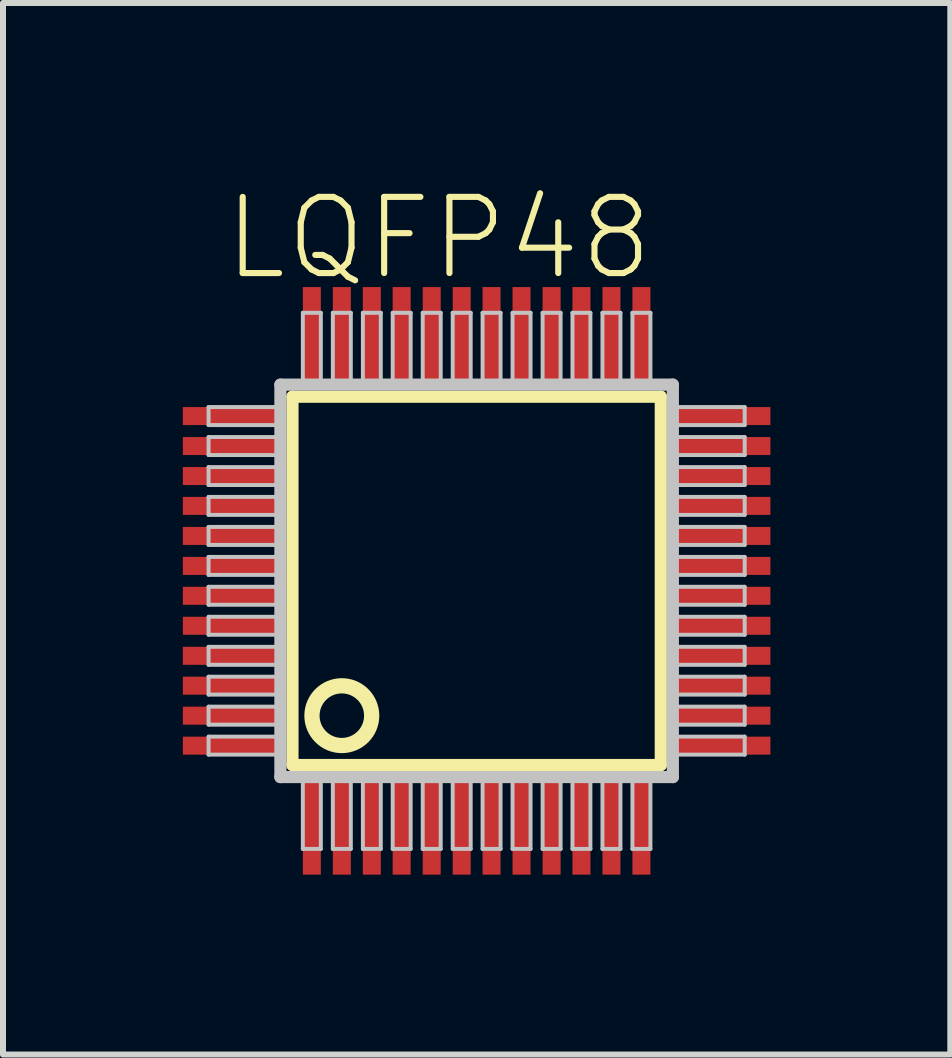
<source format=kicad_pcb>
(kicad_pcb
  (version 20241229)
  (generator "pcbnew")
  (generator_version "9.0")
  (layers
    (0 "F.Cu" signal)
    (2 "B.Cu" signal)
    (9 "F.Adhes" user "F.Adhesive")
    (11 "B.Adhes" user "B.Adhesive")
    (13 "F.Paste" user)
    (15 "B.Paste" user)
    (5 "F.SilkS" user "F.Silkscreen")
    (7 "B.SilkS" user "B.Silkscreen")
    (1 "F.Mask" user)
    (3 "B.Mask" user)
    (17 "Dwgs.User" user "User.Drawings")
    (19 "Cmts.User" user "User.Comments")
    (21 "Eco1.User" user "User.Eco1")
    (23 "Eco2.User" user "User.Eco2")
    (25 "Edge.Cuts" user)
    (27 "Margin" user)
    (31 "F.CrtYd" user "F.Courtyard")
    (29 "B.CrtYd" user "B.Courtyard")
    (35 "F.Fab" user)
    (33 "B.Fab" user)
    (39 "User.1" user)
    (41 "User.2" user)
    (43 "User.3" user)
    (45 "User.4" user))
  (footprint "LQFP48"
    (layer "F.Cu")
    (at 4.898 6.636)
    (property "Reference" "LQFP48" (at -0.635 -5.715 0) (layer "F.SilkS") (effects (font (size 1.27 1.27) (thickness 0.102))))
    (attr smd)
    (fp_line (start -3.071 -3.071) (end 3.071 -3.071) (stroke (width 0.203) (type solid)) (layer "F.SilkS"))
    (fp_line (start -3.071 3.071) (end -3.071 -3.071) (stroke (width 0.203) (type solid)) (layer "F.SilkS"))
    (fp_line (start 3.071 -3.071) (end 3.071 3.071) (stroke (width 0.203) (type solid)) (layer "F.SilkS"))
    (fp_line (start 3.071 3.071) (end -3.071 3.071) (stroke (width 0.203) (type solid)) (layer "F.SilkS"))
    (fp_circle (center -2.248 2.248) (end -2.248 1.75) (stroke (width 0.254) (type solid)) (fill no) (layer "F.SilkS"))
    (fp_line (start -4.47 -2.898) (end -3.322 -2.898) (stroke (width 0.066) (type solid)) (layer "Dwgs.User"))
    (fp_line (start -4.47 -2.598) (end -4.47 -2.898) (stroke (width 0.066) (type solid)) (layer "Dwgs.User"))
    (fp_line (start -4.47 -2.598) (end -3.322 -2.598) (stroke (width 0.066) (type solid)) (layer "Dwgs.User"))
    (fp_line (start -4.47 -2.398) (end -3.322 -2.398) (stroke (width 0.066) (type solid)) (layer "Dwgs.User"))
    (fp_line (start -4.47 -2.098) (end -4.47 -2.398) (stroke (width 0.066) (type solid)) (layer "Dwgs.User"))
    (fp_line (start -4.47 -2.098) (end -3.322 -2.098) (stroke (width 0.066) (type solid)) (layer "Dwgs.User"))
    (fp_line (start -4.47 -1.897) (end -3.322 -1.897) (stroke (width 0.066) (type solid)) (layer "Dwgs.User"))
    (fp_line (start -4.47 -1.598) (end -4.47 -1.897) (stroke (width 0.066) (type solid)) (layer "Dwgs.User"))
    (fp_line (start -4.47 -1.598) (end -3.322 -1.598) (stroke (width 0.066) (type solid)) (layer "Dwgs.User"))
    (fp_line (start -4.47 -1.4) (end -3.322 -1.4) (stroke (width 0.066) (type solid)) (layer "Dwgs.User"))
    (fp_line (start -4.47 -1.1) (end -4.47 -1.4) (stroke (width 0.066) (type solid)) (layer "Dwgs.User"))
    (fp_line (start -4.47 -1.1) (end -3.322 -1.1) (stroke (width 0.066) (type solid)) (layer "Dwgs.User"))
    (fp_line (start -4.47 -0.899) (end -3.322 -0.899) (stroke (width 0.066) (type solid)) (layer "Dwgs.User"))
    (fp_line (start -4.47 -0.599) (end -4.47 -0.899) (stroke (width 0.066) (type solid)) (layer "Dwgs.User"))
    (fp_line (start -4.47 -0.599) (end -3.322 -0.599) (stroke (width 0.066) (type solid)) (layer "Dwgs.User"))
    (fp_line (start -4.47 -0.399) (end -3.322 -0.399) (stroke (width 0.066) (type solid)) (layer "Dwgs.User"))
    (fp_line (start -4.47 -0.099) (end -4.47 -0.399) (stroke (width 0.066) (type solid)) (layer "Dwgs.User"))
    (fp_line (start -4.47 -0.099) (end -3.322 -0.099) (stroke (width 0.066) (type solid)) (layer "Dwgs.User"))
    (fp_line (start -4.47 0.099) (end -3.322 0.099) (stroke (width 0.066) (type solid)) (layer "Dwgs.User"))
    (fp_line (start -4.47 0.399) (end -4.47 0.099) (stroke (width 0.066) (type solid)) (layer "Dwgs.User"))
    (fp_line (start -4.47 0.399) (end -3.322 0.399) (stroke (width 0.066) (type solid)) (layer "Dwgs.User"))
    (fp_line (start -4.47 0.599) (end -3.322 0.599) (stroke (width 0.066) (type solid)) (layer "Dwgs.User"))
    (fp_line (start -4.47 0.899) (end -4.47 0.599) (stroke (width 0.066) (type solid)) (layer "Dwgs.User"))
    (fp_line (start -4.47 0.899) (end -3.322 0.899) (stroke (width 0.066) (type solid)) (layer "Dwgs.User"))
    (fp_line (start -4.47 1.1) (end -3.322 1.1) (stroke (width 0.066) (type solid)) (layer "Dwgs.User"))
    (fp_line (start -4.47 1.4) (end -4.47 1.1) (stroke (width 0.066) (type solid)) (layer "Dwgs.User"))
    (fp_line (start -4.47 1.4) (end -3.322 1.4) (stroke (width 0.066) (type solid)) (layer "Dwgs.User"))
    (fp_line (start -4.47 1.598) (end -3.322 1.598) (stroke (width 0.066) (type solid)) (layer "Dwgs.User"))
    (fp_line (start -4.47 1.897) (end -4.47 1.598) (stroke (width 0.066) (type solid)) (layer "Dwgs.User"))
    (fp_line (start -4.47 1.897) (end -3.322 1.897) (stroke (width 0.066) (type solid)) (layer "Dwgs.User"))
    (fp_line (start -4.47 2.098) (end -3.322 2.098) (stroke (width 0.066) (type solid)) (layer "Dwgs.User"))
    (fp_line (start -4.47 2.398) (end -4.47 2.098) (stroke (width 0.066) (type solid)) (layer "Dwgs.User"))
    (fp_line (start -4.47 2.398) (end -3.322 2.398) (stroke (width 0.066) (type solid)) (layer "Dwgs.User"))
    (fp_line (start -4.47 2.598) (end -3.322 2.598) (stroke (width 0.066) (type solid)) (layer "Dwgs.User"))
    (fp_line (start -4.47 2.898) (end -4.47 2.598) (stroke (width 0.066) (type solid)) (layer "Dwgs.User"))
    (fp_line (start -4.47 2.898) (end -3.322 2.898) (stroke (width 0.066) (type solid)) (layer "Dwgs.User"))
    (fp_line (start -3.322 -2.598) (end -3.322 -2.898) (stroke (width 0.066) (type solid)) (layer "Dwgs.User"))
    (fp_line (start -3.322 -2.098) (end -3.322 -2.398) (stroke (width 0.066) (type solid)) (layer "Dwgs.User"))
    (fp_line (start -3.322 -1.598) (end -3.322 -1.897) (stroke (width 0.066) (type solid)) (layer "Dwgs.User"))
    (fp_line (start -3.322 -1.1) (end -3.322 -1.4) (stroke (width 0.066) (type solid)) (layer "Dwgs.User"))
    (fp_line (start -3.322 -0.599) (end -3.322 -0.899) (stroke (width 0.066) (type solid)) (layer "Dwgs.User"))
    (fp_line (start -3.322 -0.099) (end -3.322 -0.399) (stroke (width 0.066) (type solid)) (layer "Dwgs.User"))
    (fp_line (start -3.322 0.399) (end -3.322 0.099) (stroke (width 0.066) (type solid)) (layer "Dwgs.User"))
    (fp_line (start -3.322 0.899) (end -3.322 0.599) (stroke (width 0.066) (type solid)) (layer "Dwgs.User"))
    (fp_line (start -3.322 1.4) (end -3.322 1.1) (stroke (width 0.066) (type solid)) (layer "Dwgs.User"))
    (fp_line (start -3.322 1.897) (end -3.322 1.598) (stroke (width 0.066) (type solid)) (layer "Dwgs.User"))
    (fp_line (start -3.322 2.398) (end -3.322 2.098) (stroke (width 0.066) (type solid)) (layer "Dwgs.User"))
    (fp_line (start -3.322 2.898) (end -3.322 2.598) (stroke (width 0.066) (type solid)) (layer "Dwgs.User"))
    (fp_line (start -3.272 -3.272) (end -3.272 3.272) (stroke (width 0.203) (type solid)) (layer "Dwgs.User"))
    (fp_line (start -3.272 3.272) (end 3.272 3.272) (stroke (width 0.203) (type solid)) (layer "Dwgs.User"))
    (fp_line (start -2.898 -4.47) (end -2.598 -4.47) (stroke (width 0.066) (type solid)) (layer "Dwgs.User"))
    (fp_line (start -2.898 -3.322) (end -2.898 -4.47) (stroke (width 0.066) (type solid)) (layer "Dwgs.User"))
    (fp_line (start -2.898 -3.322) (end -2.598 -3.322) (stroke (width 0.066) (type solid)) (layer "Dwgs.User"))
    (fp_line (start -2.898 3.322) (end -2.598 3.322) (stroke (width 0.066) (type solid)) (layer "Dwgs.User"))
    (fp_line (start -2.898 4.47) (end -2.898 3.322) (stroke (width 0.066) (type solid)) (layer "Dwgs.User"))
    (fp_line (start -2.898 4.47) (end -2.598 4.47) (stroke (width 0.066) (type solid)) (layer "Dwgs.User"))
    (fp_line (start -2.598 -3.322) (end -2.598 -4.47) (stroke (width 0.066) (type solid)) (layer "Dwgs.User"))
    (fp_line (start -2.598 4.47) (end -2.598 3.322) (stroke (width 0.066) (type solid)) (layer "Dwgs.User"))
    (fp_line (start -2.398 -4.47) (end -2.098 -4.47) (stroke (width 0.066) (type solid)) (layer "Dwgs.User"))
    (fp_line (start -2.398 -3.322) (end -2.398 -4.47) (stroke (width 0.066) (type solid)) (layer "Dwgs.User"))
    (fp_line (start -2.398 -3.322) (end -2.098 -3.322) (stroke (width 0.066) (type solid)) (layer "Dwgs.User"))
    (fp_line (start -2.398 3.322) (end -2.098 3.322) (stroke (width 0.066) (type solid)) (layer "Dwgs.User"))
    (fp_line (start -2.398 4.47) (end -2.398 3.322) (stroke (width 0.066) (type solid)) (layer "Dwgs.User"))
    (fp_line (start -2.398 4.47) (end -2.098 4.47) (stroke (width 0.066) (type solid)) (layer "Dwgs.User"))
    (fp_line (start -2.098 -3.322) (end -2.098 -4.47) (stroke (width 0.066) (type solid)) (layer "Dwgs.User"))
    (fp_line (start -2.098 4.47) (end -2.098 3.322) (stroke (width 0.066) (type solid)) (layer "Dwgs.User"))
    (fp_line (start -1.897 -4.47) (end -1.598 -4.47) (stroke (width 0.066) (type solid)) (layer "Dwgs.User"))
    (fp_line (start -1.897 -3.322) (end -1.897 -4.47) (stroke (width 0.066) (type solid)) (layer "Dwgs.User"))
    (fp_line (start -1.897 -3.322) (end -1.598 -3.322) (stroke (width 0.066) (type solid)) (layer "Dwgs.User"))
    (fp_line (start -1.897 3.322) (end -1.598 3.322) (stroke (width 0.066) (type solid)) (layer "Dwgs.User"))
    (fp_line (start -1.897 4.47) (end -1.897 3.322) (stroke (width 0.066) (type solid)) (layer "Dwgs.User"))
    (fp_line (start -1.897 4.47) (end -1.598 4.47) (stroke (width 0.066) (type solid)) (layer "Dwgs.User"))
    (fp_line (start -1.598 -3.322) (end -1.598 -4.47) (stroke (width 0.066) (type solid)) (layer "Dwgs.User"))
    (fp_line (start -1.598 4.47) (end -1.598 3.322) (stroke (width 0.066) (type solid)) (layer "Dwgs.User"))
    (fp_line (start -1.4 -4.47) (end -1.1 -4.47) (stroke (width 0.066) (type solid)) (layer "Dwgs.User"))
    (fp_line (start -1.4 -3.322) (end -1.4 -4.47) (stroke (width 0.066) (type solid)) (layer "Dwgs.User"))
    (fp_line (start -1.4 -3.322) (end -1.1 -3.322) (stroke (width 0.066) (type solid)) (layer "Dwgs.User"))
    (fp_line (start -1.4 3.322) (end -1.1 3.322) (stroke (width 0.066) (type solid)) (layer "Dwgs.User"))
    (fp_line (start -1.4 4.47) (end -1.4 3.322) (stroke (width 0.066) (type solid)) (layer "Dwgs.User"))
    (fp_line (start -1.4 4.47) (end -1.1 4.47) (stroke (width 0.066) (type solid)) (layer "Dwgs.User"))
    (fp_line (start -1.1 -3.322) (end -1.1 -4.47) (stroke (width 0.066) (type solid)) (layer "Dwgs.User"))
    (fp_line (start -1.1 4.47) (end -1.1 3.322) (stroke (width 0.066) (type solid)) (layer "Dwgs.User"))
    (fp_line (start -0.899 -4.47) (end -0.599 -4.47) (stroke (width 0.066) (type solid)) (layer "Dwgs.User"))
    (fp_line (start -0.899 -3.322) (end -0.899 -4.47) (stroke (width 0.066) (type solid)) (layer "Dwgs.User"))
    (fp_line (start -0.899 -3.322) (end -0.599 -3.322) (stroke (width 0.066) (type solid)) (layer "Dwgs.User"))
    (fp_line (start -0.899 3.322) (end -0.599 3.322) (stroke (width 0.066) (type solid)) (layer "Dwgs.User"))
    (fp_line (start -0.899 4.47) (end -0.899 3.322) (stroke (width 0.066) (type solid)) (layer "Dwgs.User"))
    (fp_line (start -0.899 4.47) (end -0.599 4.47) (stroke (width 0.066) (type solid)) (layer "Dwgs.User"))
    (fp_line (start -0.599 -3.322) (end -0.599 -4.47) (stroke (width 0.066) (type solid)) (layer "Dwgs.User"))
    (fp_line (start -0.599 4.47) (end -0.599 3.322) (stroke (width 0.066) (type solid)) (layer "Dwgs.User"))
    (fp_line (start -0.399 -4.47) (end -0.099 -4.47) (stroke (width 0.066) (type solid)) (layer "Dwgs.User"))
    (fp_line (start -0.399 -3.322) (end -0.399 -4.47) (stroke (width 0.066) (type solid)) (layer "Dwgs.User"))
    (fp_line (start -0.399 -3.322) (end -0.099 -3.322) (stroke (width 0.066) (type solid)) (layer "Dwgs.User"))
    (fp_line (start -0.399 3.322) (end -0.099 3.322) (stroke (width 0.066) (type solid)) (layer "Dwgs.User"))
    (fp_line (start -0.399 4.47) (end -0.399 3.322) (stroke (width 0.066) (type solid)) (layer "Dwgs.User"))
    (fp_line (start -0.399 4.47) (end -0.099 4.47) (stroke (width 0.066) (type solid)) (layer "Dwgs.User"))
    (fp_line (start -0.099 -3.322) (end -0.099 -4.47) (stroke (width 0.066) (type solid)) (layer "Dwgs.User"))
    (fp_line (start -0.099 4.47) (end -0.099 3.322) (stroke (width 0.066) (type solid)) (layer "Dwgs.User"))
    (fp_line (start 0.099 -4.47) (end 0.399 -4.47) (stroke (width 0.066) (type solid)) (layer "Dwgs.User"))
    (fp_line (start 0.099 -3.322) (end 0.099 -4.47) (stroke (width 0.066) (type solid)) (layer "Dwgs.User"))
    (fp_line (start 0.099 -3.322) (end 0.399 -3.322) (stroke (width 0.066) (type solid)) (layer "Dwgs.User"))
    (fp_line (start 0.099 3.322) (end 0.399 3.322) (stroke (width 0.066) (type solid)) (layer "Dwgs.User"))
    (fp_line (start 0.099 4.47) (end 0.099 3.322) (stroke (width 0.066) (type solid)) (layer "Dwgs.User"))
    (fp_line (start 0.099 4.47) (end 0.399 4.47) (stroke (width 0.066) (type solid)) (layer "Dwgs.User"))
    (fp_line (start 0.399 -3.322) (end 0.399 -4.47) (stroke (width 0.066) (type solid)) (layer "Dwgs.User"))
    (fp_line (start 0.399 4.47) (end 0.399 3.322) (stroke (width 0.066) (type solid)) (layer "Dwgs.User"))
    (fp_line (start 0.599 -4.47) (end 0.899 -4.47) (stroke (width 0.066) (type solid)) (layer "Dwgs.User"))
    (fp_line (start 0.599 -3.322) (end 0.599 -4.47) (stroke (width 0.066) (type solid)) (layer "Dwgs.User"))
    (fp_line (start 0.599 -3.322) (end 0.899 -3.322) (stroke (width 0.066) (type solid)) (layer "Dwgs.User"))
    (fp_line (start 0.599 3.322) (end 0.899 3.322) (stroke (width 0.066) (type solid)) (layer "Dwgs.User"))
    (fp_line (start 0.599 4.47) (end 0.599 3.322) (stroke (width 0.066) (type solid)) (layer "Dwgs.User"))
    (fp_line (start 0.599 4.47) (end 0.899 4.47) (stroke (width 0.066) (type solid)) (layer "Dwgs.User"))
    (fp_line (start 0.899 -3.322) (end 0.899 -4.47) (stroke (width 0.066) (type solid)) (layer "Dwgs.User"))
    (fp_line (start 0.899 4.47) (end 0.899 3.322) (stroke (width 0.066) (type solid)) (layer "Dwgs.User"))
    (fp_line (start 1.1 -4.47) (end 1.4 -4.47) (stroke (width 0.066) (type solid)) (layer "Dwgs.User"))
    (fp_line (start 1.1 -3.322) (end 1.1 -4.47) (stroke (width 0.066) (type solid)) (layer "Dwgs.User"))
    (fp_line (start 1.1 -3.322) (end 1.4 -3.322) (stroke (width 0.066) (type solid)) (layer "Dwgs.User"))
    (fp_line (start 1.1 3.322) (end 1.4 3.322) (stroke (width 0.066) (type solid)) (layer "Dwgs.User"))
    (fp_line (start 1.1 4.47) (end 1.1 3.322) (stroke (width 0.066) (type solid)) (layer "Dwgs.User"))
    (fp_line (start 1.1 4.47) (end 1.4 4.47) (stroke (width 0.066) (type solid)) (layer "Dwgs.User"))
    (fp_line (start 1.4 -3.322) (end 1.4 -4.47) (stroke (width 0.066) (type solid)) (layer "Dwgs.User"))
    (fp_line (start 1.4 4.47) (end 1.4 3.322) (stroke (width 0.066) (type solid)) (layer "Dwgs.User"))
    (fp_line (start 1.598 -4.47) (end 1.897 -4.47) (stroke (width 0.066) (type solid)) (layer "Dwgs.User"))
    (fp_line (start 1.598 -3.322) (end 1.598 -4.47) (stroke (width 0.066) (type solid)) (layer "Dwgs.User"))
    (fp_line (start 1.598 -3.322) (end 1.897 -3.322) (stroke (width 0.066) (type solid)) (layer "Dwgs.User"))
    (fp_line (start 1.598 3.322) (end 1.897 3.322) (stroke (width 0.066) (type solid)) (layer "Dwgs.User"))
    (fp_line (start 1.598 4.47) (end 1.598 3.322) (stroke (width 0.066) (type solid)) (layer "Dwgs.User"))
    (fp_line (start 1.598 4.47) (end 1.897 4.47) (stroke (width 0.066) (type solid)) (layer "Dwgs.User"))
    (fp_line (start 1.897 -3.322) (end 1.897 -4.47) (stroke (width 0.066) (type solid)) (layer "Dwgs.User"))
    (fp_line (start 1.897 4.47) (end 1.897 3.322) (stroke (width 0.066) (type solid)) (layer "Dwgs.User"))
    (fp_line (start 2.098 -4.47) (end 2.398 -4.47) (stroke (width 0.066) (type solid)) (layer "Dwgs.User"))
    (fp_line (start 2.098 -3.322) (end 2.098 -4.47) (stroke (width 0.066) (type solid)) (layer "Dwgs.User"))
    (fp_line (start 2.098 -3.322) (end 2.398 -3.322) (stroke (width 0.066) (type solid)) (layer "Dwgs.User"))
    (fp_line (start 2.098 3.322) (end 2.398 3.322) (stroke (width 0.066) (type solid)) (layer "Dwgs.User"))
    (fp_line (start 2.098 4.47) (end 2.098 3.322) (stroke (width 0.066) (type solid)) (layer "Dwgs.User"))
    (fp_line (start 2.098 4.47) (end 2.398 4.47) (stroke (width 0.066) (type solid)) (layer "Dwgs.User"))
    (fp_line (start 2.398 -3.322) (end 2.398 -4.47) (stroke (width 0.066) (type solid)) (layer "Dwgs.User"))
    (fp_line (start 2.398 4.47) (end 2.398 3.322) (stroke (width 0.066) (type solid)) (layer "Dwgs.User"))
    (fp_line (start 2.598 -4.47) (end 2.898 -4.47) (stroke (width 0.066) (type solid)) (layer "Dwgs.User"))
    (fp_line (start 2.598 -3.322) (end 2.598 -4.47) (stroke (width 0.066) (type solid)) (layer "Dwgs.User"))
    (fp_line (start 2.598 -3.322) (end 2.898 -3.322) (stroke (width 0.066) (type solid)) (layer "Dwgs.User"))
    (fp_line (start 2.598 3.322) (end 2.898 3.322) (stroke (width 0.066) (type solid)) (layer "Dwgs.User"))
    (fp_line (start 2.598 4.47) (end 2.598 3.322) (stroke (width 0.066) (type solid)) (layer "Dwgs.User"))
    (fp_line (start 2.598 4.47) (end 2.898 4.47) (stroke (width 0.066) (type solid)) (layer "Dwgs.User"))
    (fp_line (start 2.898 -3.322) (end 2.898 -4.47) (stroke (width 0.066) (type solid)) (layer "Dwgs.User"))
    (fp_line (start 2.898 4.47) (end 2.898 3.322) (stroke (width 0.066) (type solid)) (layer "Dwgs.User"))
    (fp_line (start 3.272 -3.272) (end -3.272 -3.272) (stroke (width 0.203) (type solid)) (layer "Dwgs.User"))
    (fp_line (start 3.272 3.272) (end 3.272 -3.272) (stroke (width 0.203) (type solid)) (layer "Dwgs.User"))
    (fp_line (start 3.322 -2.898) (end 4.47 -2.898) (stroke (width 0.066) (type solid)) (layer "Dwgs.User"))
    (fp_line (start 3.322 -2.598) (end 3.322 -2.898) (stroke (width 0.066) (type solid)) (layer "Dwgs.User"))
    (fp_line (start 3.322 -2.598) (end 4.47 -2.598) (stroke (width 0.066) (type solid)) (layer "Dwgs.User"))
    (fp_line (start 3.322 -2.398) (end 4.47 -2.398) (stroke (width 0.066) (type solid)) (layer "Dwgs.User"))
    (fp_line (start 3.322 -2.098) (end 3.322 -2.398) (stroke (width 0.066) (type solid)) (layer "Dwgs.User"))
    (fp_line (start 3.322 -2.098) (end 4.47 -2.098) (stroke (width 0.066) (type solid)) (layer "Dwgs.User"))
    (fp_line (start 3.322 -1.897) (end 4.47 -1.897) (stroke (width 0.066) (type solid)) (layer "Dwgs.User"))
    (fp_line (start 3.322 -1.598) (end 3.322 -1.897) (stroke (width 0.066) (type solid)) (layer "Dwgs.User"))
    (fp_line (start 3.322 -1.598) (end 4.47 -1.598) (stroke (width 0.066) (type solid)) (layer "Dwgs.User"))
    (fp_line (start 3.322 -1.4) (end 4.47 -1.4) (stroke (width 0.066) (type solid)) (layer "Dwgs.User"))
    (fp_line (start 3.322 -1.1) (end 3.322 -1.4) (stroke (width 0.066) (type solid)) (layer "Dwgs.User"))
    (fp_line (start 3.322 -1.1) (end 4.47 -1.1) (stroke (width 0.066) (type solid)) (layer "Dwgs.User"))
    (fp_line (start 3.322 -0.899) (end 4.47 -0.899) (stroke (width 0.066) (type solid)) (layer "Dwgs.User"))
    (fp_line (start 3.322 -0.599) (end 3.322 -0.899) (stroke (width 0.066) (type solid)) (layer "Dwgs.User"))
    (fp_line (start 3.322 -0.599) (end 4.47 -0.599) (stroke (width 0.066) (type solid)) (layer "Dwgs.User"))
    (fp_line (start 3.322 -0.399) (end 4.47 -0.399) (stroke (width 0.066) (type solid)) (layer "Dwgs.User"))
    (fp_line (start 3.322 -0.099) (end 3.322 -0.399) (stroke (width 0.066) (type solid)) (layer "Dwgs.User"))
    (fp_line (start 3.322 -0.099) (end 4.47 -0.099) (stroke (width 0.066) (type solid)) (layer "Dwgs.User"))
    (fp_line (start 3.322 0.099) (end 4.47 0.099) (stroke (width 0.066) (type solid)) (layer "Dwgs.User"))
    (fp_line (start 3.322 0.399) (end 3.322 0.099) (stroke (width 0.066) (type solid)) (layer "Dwgs.User"))
    (fp_line (start 3.322 0.399) (end 4.47 0.399) (stroke (width 0.066) (type solid)) (layer "Dwgs.User"))
    (fp_line (start 3.322 0.599) (end 4.47 0.599) (stroke (width 0.066) (type solid)) (layer "Dwgs.User"))
    (fp_line (start 3.322 0.899) (end 3.322 0.599) (stroke (width 0.066) (type solid)) (layer "Dwgs.User"))
    (fp_line (start 3.322 0.899) (end 4.47 0.899) (stroke (width 0.066) (type solid)) (layer "Dwgs.User"))
    (fp_line (start 3.322 1.1) (end 4.47 1.1) (stroke (width 0.066) (type solid)) (layer "Dwgs.User"))
    (fp_line (start 3.322 1.4) (end 3.322 1.1) (stroke (width 0.066) (type solid)) (layer "Dwgs.User"))
    (fp_line (start 3.322 1.4) (end 4.47 1.4) (stroke (width 0.066) (type solid)) (layer "Dwgs.User"))
    (fp_line (start 3.322 1.598) (end 4.47 1.598) (stroke (width 0.066) (type solid)) (layer "Dwgs.User"))
    (fp_line (start 3.322 1.897) (end 3.322 1.598) (stroke (width 0.066) (type solid)) (layer "Dwgs.User"))
    (fp_line (start 3.322 1.897) (end 4.47 1.897) (stroke (width 0.066) (type solid)) (layer "Dwgs.User"))
    (fp_line (start 3.322 2.098) (end 4.47 2.098) (stroke (width 0.066) (type solid)) (layer "Dwgs.User"))
    (fp_line (start 3.322 2.398) (end 3.322 2.098) (stroke (width 0.066) (type solid)) (layer "Dwgs.User"))
    (fp_line (start 3.322 2.398) (end 4.47 2.398) (stroke (width 0.066) (type solid)) (layer "Dwgs.User"))
    (fp_line (start 3.322 2.598) (end 4.47 2.598) (stroke (width 0.066) (type solid)) (layer "Dwgs.User"))
    (fp_line (start 3.322 2.898) (end 3.322 2.598) (stroke (width 0.066) (type solid)) (layer "Dwgs.User"))
    (fp_line (start 3.322 2.898) (end 4.47 2.898) (stroke (width 0.066) (type solid)) (layer "Dwgs.User"))
    (fp_line (start 4.47 -2.598) (end 4.47 -2.898) (stroke (width 0.066) (type solid)) (layer "Dwgs.User"))
    (fp_line (start 4.47 -2.098) (end 4.47 -2.398) (stroke (width 0.066) (type solid)) (layer "Dwgs.User"))
    (fp_line (start 4.47 -1.598) (end 4.47 -1.897) (stroke (width 0.066) (type solid)) (layer "Dwgs.User"))
    (fp_line (start 4.47 -1.1) (end 4.47 -1.4) (stroke (width 0.066) (type solid)) (layer "Dwgs.User"))
    (fp_line (start 4.47 -0.599) (end 4.47 -0.899) (stroke (width 0.066) (type solid)) (layer "Dwgs.User"))
    (fp_line (start 4.47 -0.099) (end 4.47 -0.399) (stroke (width 0.066) (type solid)) (layer "Dwgs.User"))
    (fp_line (start 4.47 0.399) (end 4.47 0.099) (stroke (width 0.066) (type solid)) (layer "Dwgs.User"))
    (fp_line (start 4.47 0.899) (end 4.47 0.599) (stroke (width 0.066) (type solid)) (layer "Dwgs.User"))
    (fp_line (start 4.47 1.4) (end 4.47 1.1) (stroke (width 0.066) (type solid)) (layer "Dwgs.User"))
    (fp_line (start 4.47 1.897) (end 4.47 1.598) (stroke (width 0.066) (type solid)) (layer "Dwgs.User"))
    (fp_line (start 4.47 2.398) (end 4.47 2.098) (stroke (width 0.066) (type solid)) (layer "Dwgs.User"))
    (fp_line (start 4.47 2.898) (end 4.47 2.598) (stroke (width 0.066) (type solid)) (layer "Dwgs.User"))
    (pad "1" smd rect (at -2.748 4.1) (size 0.3 1.598) (layers "F.Cu" "F.Mask" "F.Paste"))
    (pad "2" smd rect (at -2.248 4.1) (size 0.3 1.598) (layers "F.Cu" "F.Mask" "F.Paste"))
    (pad "3" smd rect (at -1.748 4.1) (size 0.3 1.598) (layers "F.Cu" "F.Mask" "F.Paste"))
    (pad "4" smd rect (at -1.25 4.1) (size 0.3 1.598) (layers "F.Cu" "F.Mask" "F.Paste"))
    (pad "5" smd rect (at -0.749 4.1) (size 0.3 1.598) (layers "F.Cu" "F.Mask" "F.Paste"))
    (pad "6" smd rect (at -0.249 4.1) (size 0.3 1.598) (layers "F.Cu" "F.Mask" "F.Paste"))
    (pad "7" smd rect (at 0.249 4.1) (size 0.3 1.598) (layers "F.Cu" "F.Mask" "F.Paste"))
    (pad "8" smd rect (at 0.749 4.1) (size 0.3 1.598) (layers "F.Cu" "F.Mask" "F.Paste"))
    (pad "9" smd rect (at 1.25 4.1) (size 0.3 1.598) (layers "F.Cu" "F.Mask" "F.Paste"))
    (pad "10" smd rect (at 1.748 4.1) (size 0.3 1.598) (layers "F.Cu" "F.Mask" "F.Paste"))
    (pad "11" smd rect (at 2.248 4.1) (size 0.3 1.598) (layers "F.Cu" "F.Mask" "F.Paste"))
    (pad "12" smd rect (at 2.748 4.1) (size 0.3 1.598) (layers "F.Cu" "F.Mask" "F.Paste"))
    (pad "13" smd rect (at 4.1 2.748) (size 1.598 0.3) (layers "F.Cu" "F.Mask" "F.Paste"))
    (pad "14" smd rect (at 4.1 2.248) (size 1.598 0.3) (layers "F.Cu" "F.Mask" "F.Paste"))
    (pad "15" smd rect (at 4.1 1.748) (size 1.598 0.3) (layers "F.Cu" "F.Mask" "F.Paste"))
    (pad "16" smd rect (at 4.1 1.25) (size 1.598 0.3) (layers "F.Cu" "F.Mask" "F.Paste"))
    (pad "17" smd rect (at 4.1 0.749) (size 1.598 0.3) (layers "F.Cu" "F.Mask" "F.Paste"))
    (pad "18" smd rect (at 4.1 0.249) (size 1.598 0.3) (layers "F.Cu" "F.Mask" "F.Paste"))
    (pad "19" smd rect (at 4.1 -0.249) (size 1.598 0.3) (layers "F.Cu" "F.Mask" "F.Paste"))
    (pad "20" smd rect (at 4.1 -0.749) (size 1.598 0.3) (layers "F.Cu" "F.Mask" "F.Paste"))
    (pad "21" smd rect (at 4.1 -1.25) (size 1.598 0.3) (layers "F.Cu" "F.Mask" "F.Paste"))
    (pad "22" smd rect (at 4.1 -1.748) (size 1.598 0.3) (layers "F.Cu" "F.Mask" "F.Paste"))
    (pad "23" smd rect (at 4.1 -2.248) (size 1.598 0.3) (layers "F.Cu" "F.Mask" "F.Paste"))
    (pad "24" smd rect (at 4.1 -2.748) (size 1.598 0.3) (layers "F.Cu" "F.Mask" "F.Paste"))
    (pad "25" smd rect (at 2.748 -4.1) (size 0.3 1.598) (layers "F.Cu" "F.Mask" "F.Paste"))
    (pad "26" smd rect (at 2.248 -4.1) (size 0.3 1.598) (layers "F.Cu" "F.Mask" "F.Paste"))
    (pad "27" smd rect (at 1.748 -4.1) (size 0.3 1.598) (layers "F.Cu" "F.Mask" "F.Paste"))
    (pad "28" smd rect (at 1.25 -4.1) (size 0.3 1.598) (layers "F.Cu" "F.Mask" "F.Paste"))
    (pad "29" smd rect (at 0.749 -4.1) (size 0.3 1.598) (layers "F.Cu" "F.Mask" "F.Paste"))
    (pad "30" smd rect (at 0.249 -4.1) (size 0.3 1.598) (layers "F.Cu" "F.Mask" "F.Paste"))
    (pad "31" smd rect (at -0.249 -4.1) (size 0.3 1.598) (layers "F.Cu" "F.Mask" "F.Paste"))
    (pad "32" smd rect (at -0.749 -4.1) (size 0.3 1.598) (layers "F.Cu" "F.Mask" "F.Paste"))
    (pad "33" smd rect (at -1.25 -4.1) (size 0.3 1.598) (layers "F.Cu" "F.Mask" "F.Paste"))
    (pad "34" smd rect (at -1.748 -4.1) (size 0.3 1.598) (layers "F.Cu" "F.Mask" "F.Paste"))
    (pad "35" smd rect (at -2.248 -4.1) (size 0.3 1.598) (layers "F.Cu" "F.Mask" "F.Paste"))
    (pad "36" smd rect (at -2.748 -4.1) (size 0.3 1.598) (layers "F.Cu" "F.Mask" "F.Paste"))
    (pad "37" smd rect (at -4.1 -2.748) (size 1.598 0.3) (layers "F.Cu" "F.Mask" "F.Paste"))
    (pad "38" smd rect (at -4.1 -2.248) (size 1.598 0.3) (layers "F.Cu" "F.Mask" "F.Paste"))
    (pad "39" smd rect (at -4.1 -1.748) (size 1.598 0.3) (layers "F.Cu" "F.Mask" "F.Paste"))
    (pad "40" smd rect (at -4.1 -1.25) (size 1.598 0.3) (layers "F.Cu" "F.Mask" "F.Paste"))
    (pad "41" smd rect (at -4.1 -0.749) (size 1.598 0.3) (layers "F.Cu" "F.Mask" "F.Paste"))
    (pad "42" smd rect (at -4.1 -0.249) (size 1.598 0.3) (layers "F.Cu" "F.Mask" "F.Paste"))
    (pad "43" smd rect (at -4.1 0.249) (size 1.598 0.3) (layers "F.Cu" "F.Mask" "F.Paste"))
    (pad "44" smd rect (at -4.1 0.749) (size 1.598 0.3) (layers "F.Cu" "F.Mask" "F.Paste"))
    (pad "45" smd rect (at -4.1 1.25) (size 1.598 0.3) (layers "F.Cu" "F.Mask" "F.Paste"))
    (pad "46" smd rect (at -4.1 1.748) (size 1.598 0.3) (layers "F.Cu" "F.Mask" "F.Paste"))
    (pad "47" smd rect (at -4.1 2.248) (size 1.598 0.3) (layers "F.Cu" "F.Mask" "F.Paste"))
    (pad "48" smd rect (at -4.1 2.748) (size 1.598 0.3) (layers "F.Cu" "F.Mask" "F.Paste")))
  (gr_rect
    (start -3 -3)
    (end 12.797 14.535)
    (stroke (width 0.1) (type default))
    (fill no)
    (layer "Edge.Cuts")))
</source>
